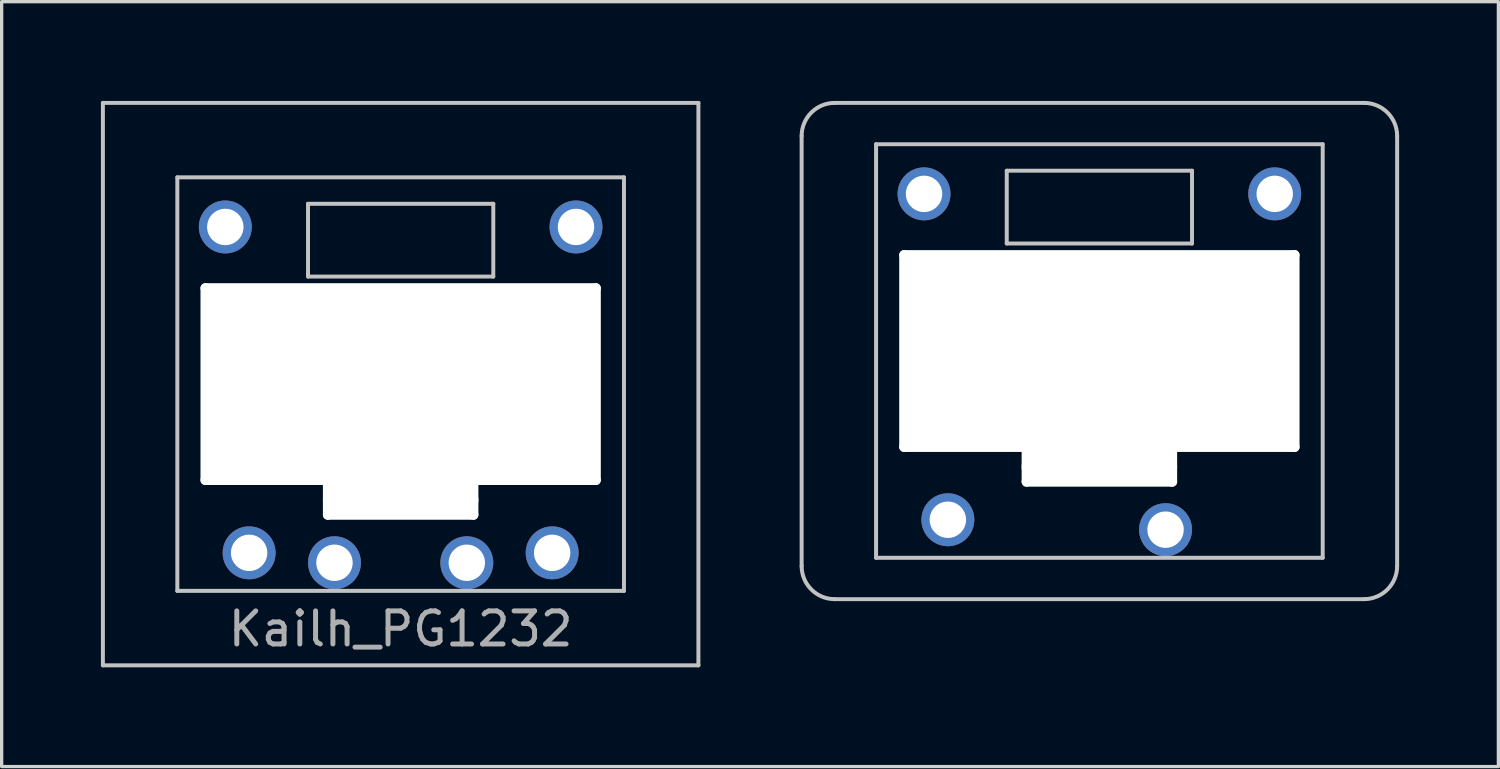
<source format=kicad_pcb>
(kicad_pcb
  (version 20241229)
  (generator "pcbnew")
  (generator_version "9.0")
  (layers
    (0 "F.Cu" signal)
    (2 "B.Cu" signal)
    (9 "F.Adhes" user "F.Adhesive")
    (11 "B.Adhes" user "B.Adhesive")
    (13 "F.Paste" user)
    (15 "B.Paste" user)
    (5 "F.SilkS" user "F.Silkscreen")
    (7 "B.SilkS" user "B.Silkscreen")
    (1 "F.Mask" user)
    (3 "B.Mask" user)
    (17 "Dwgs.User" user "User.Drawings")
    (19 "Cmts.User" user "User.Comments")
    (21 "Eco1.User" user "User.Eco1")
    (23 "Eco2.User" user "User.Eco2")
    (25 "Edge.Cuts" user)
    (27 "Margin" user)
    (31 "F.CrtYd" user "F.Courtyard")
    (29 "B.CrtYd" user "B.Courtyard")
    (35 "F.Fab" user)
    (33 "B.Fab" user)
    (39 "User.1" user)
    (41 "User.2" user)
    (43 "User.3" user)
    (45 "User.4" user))
  (footprint "Kailh_PG1232"
    (layer "F.Cu")
    (at 9.06 8.56)
    (property "Reference" "Kailh_PG1232" (at 0 7.4 0) (layer "F.Fab") (effects (font (size 1 1) (thickness 0.15))))
    (attr through_hole)
    (fp_line (start -9 -8.5) (end -9 8.5) (stroke (width 0.12) (type solid)) (layer "Dwgs.User"))
    (fp_line (start -9 8.5) (end 9 8.5) (stroke (width 0.12) (type solid)) (layer "Dwgs.User"))
    (fp_line (start -6.75 -6.25) (end 6.75 -6.25) (stroke (width 0.12) (type solid)) (layer "Dwgs.User"))
    (fp_line (start -6.75 6.25) (end -6.75 -6.25) (stroke (width 0.12) (type solid)) (layer "Dwgs.User"))
    (fp_line (start -5.95 -2.95) (end 5.95 -2.95) (stroke (width 0.12) (type solid)) (layer "Dwgs.User"))
    (fp_line (start -5.95 2.95) (end -5.95 -2.95) (stroke (width 0.12) (type solid)) (layer "Dwgs.User"))
    (fp_line (start -2.8 -5.45) (end 2.8 -5.45) (stroke (width 0.12) (type solid)) (layer "Dwgs.User"))
    (fp_line (start -2.8 -3.25) (end -2.8 -5.45) (stroke (width 0.12) (type solid)) (layer "Dwgs.User"))
    (fp_line (start -2.25 2.95) (end -5.95 2.95) (stroke (width 0.12) (type solid)) (layer "Dwgs.User"))
    (fp_line (start -2.25 2.95) (end -2.25 4) (stroke (width 0.12) (type solid)) (layer "Dwgs.User"))
    (fp_line (start -2.25 4) (end 2.25 4) (stroke (width 0.12) (type solid)) (layer "Dwgs.User"))
    (fp_line (start 2.25 2.95) (end 5.95 2.95) (stroke (width 0.12) (type solid)) (layer "Dwgs.User"))
    (fp_line (start 2.25 4) (end 2.25 2.95) (stroke (width 0.12) (type solid)) (layer "Dwgs.User"))
    (fp_line (start 2.8 -5.45) (end 2.8 -3.25) (stroke (width 0.12) (type solid)) (layer "Dwgs.User"))
    (fp_line (start 2.8 -3.25) (end -2.8 -3.25) (stroke (width 0.12) (type solid)) (layer "Dwgs.User"))
    (fp_line (start 5.95 -2.95) (end 5.95 2.95) (stroke (width 0.12) (type solid)) (layer "Dwgs.User"))
    (fp_line (start 6.75 -6.25) (end 6.75 6.25) (stroke (width 0.12) (type solid)) (layer "Dwgs.User"))
    (fp_line (start 6.75 6.25) (end -6.75 6.25) (stroke (width 0.12) (type solid)) (layer "Dwgs.User"))
    (fp_line (start 9 -8.5) (end -9 -8.5) (stroke (width 0.12) (type solid)) (layer "Dwgs.User"))
    (fp_line (start 9 8.5) (end 9 -8.5) (stroke (width 0.12) (type solid)) (layer "Dwgs.User"))
    (pad "" np_thru_hole oval (at -5.9 0 90) (size 6.1 0.3) (drill oval 6.1 0.3) (layers "*.Cu" "*.Mask"))
    (pad "" np_thru_hole oval (at -5.36 0) (size 1 5.9) (drill oval 1 5.9) (layers "*.Cu" "*.Mask"))
    (pad "" np_thru_hole oval (at -4.59 0) (size 1 5.9) (drill oval 1 5.9) (layers "*.Cu" "*.Mask"))
    (pad "" np_thru_hole oval (at -4.2 0) (size 1 5.9) (drill oval 1 5.9) (layers "*.Cu" "*.Mask"))
    (pad "" np_thru_hole oval (at -2.2 3.5 90) (size 1.2 0.3) (drill oval 1.2 0.3) (layers "*.Cu" "*.Mask"))
    (pad "" np_thru_hole oval (at 0 -2.9) (size 12.1 0.3) (drill oval 12.1 0.3) (layers "*.Cu" "*.Mask"))
    (pad "" np_thru_hole oval (at 0 0) (size 11.85 5.9) (drill oval 11.85 5.9) (layers "*.Cu" "*.Mask"))
    (pad "" np_thru_hole oval (at 0 2.9) (size 12.1 0.3) (drill oval 12.1 0.3) (layers "*.Cu" "*.Mask"))
    (pad "" np_thru_hole oval (at 0 3.5) (size 4.7 1) (drill oval 4.7 1) (layers "*.Cu" "*.Mask"))
    (pad "" np_thru_hole oval (at 0 3.95) (size 4.7 0.3) (drill oval 4.7 0.3) (layers "*.Cu" "*.Mask"))
    (pad "" np_thru_hole oval (at 2.2 3.5 90) (size 1.2 0.3) (drill oval 1.2 0.3) (layers "*.Cu" "*.Mask"))
    (pad "" np_thru_hole oval (at 4.2 0) (size 1 5.9) (drill oval 1 5.9) (layers "*.Cu" "*.Mask"))
    (pad "" np_thru_hole oval (at 4.59 0) (size 1 5.9) (drill oval 1 5.9) (layers "*.Cu" "*.Mask"))
    (pad "" np_thru_hole oval (at 5.36 0) (size 1 5.9) (drill oval 1 5.9) (layers "*.Cu" "*.Mask"))
    (pad "" np_thru_hole oval (at 5.9 0 90) (size 6.1 0.3) (drill oval 6.1 0.3) (layers "*.Cu" "*.Mask"))
    (pad "1" thru_hole circle (at -4.58 5.1) (size 1.6 1.6) (drill 1.1) (layers "*.Cu" "B.Mask"))
    (pad "1" thru_hole circle (at 4.58 5.1) (size 1.6 1.6) (drill 1.1) (layers "*.Cu" "F.Mask"))
    (pad "2" thru_hole circle (at -2 5.4) (size 1.6 1.6) (drill 1.1) (layers "*.Cu" "F.Mask"))
    (pad "2" thru_hole circle (at 2 5.4) (size 1.6 1.6) (drill 1.1) (layers "*.Cu" "B.Mask"))
    (pad "3" thru_hole circle (at 5.3 -4.75) (size 1.6 1.6) (drill 1.1) (layers "*.Cu" "*.Mask"))
    (pad "4" thru_hole circle (at -5.3 -4.75) (size 1.6 1.6) (drill 1.1) (layers "*.Cu" "*.Mask")))
  (footprint "pg1232-short"
    (layer "F.Cu")
    (at 30.18 7.56)
    (property "Reference" "pg1232-short" (at 0 0 0) (layer "F.Fab") (effects (font (size 1 1) (thickness 0.15))))
    (attr through_hole)
    (fp_line (start -9 -6.5) (end -9 6.5) (stroke (width 0.12) (type solid)) (layer "Dwgs.User"))
    (fp_line (start -8 7.5) (end 8 7.5) (stroke (width 0.12) (type solid)) (layer "Dwgs.User"))
    (fp_line (start -6.75 -6.25) (end 6.75 -6.25) (stroke (width 0.12) (type solid)) (layer "Dwgs.User"))
    (fp_line (start -6.75 6.25) (end -6.75 -6.25) (stroke (width 0.12) (type solid)) (layer "Dwgs.User"))
    (fp_line (start -5.95 -2.95) (end 5.95 -2.95) (stroke (width 0.12) (type solid)) (layer "Dwgs.User"))
    (fp_line (start -5.95 2.95) (end -5.95 -2.95) (stroke (width 0.12) (type solid)) (layer "Dwgs.User"))
    (fp_line (start -2.8 -5.45) (end 2.8 -5.45) (stroke (width 0.12) (type solid)) (layer "Dwgs.User"))
    (fp_line (start -2.8 -3.25) (end -2.8 -5.45) (stroke (width 0.12) (type solid)) (layer "Dwgs.User"))
    (fp_line (start -2.25 2.95) (end -5.95 2.95) (stroke (width 0.12) (type solid)) (layer "Dwgs.User"))
    (fp_line (start -2.25 2.95) (end -2.25 4) (stroke (width 0.12) (type solid)) (layer "Dwgs.User"))
    (fp_line (start -2.25 4) (end 2.25 4) (stroke (width 0.12) (type solid)) (layer "Dwgs.User"))
    (fp_line (start 2.25 2.95) (end 5.95 2.95) (stroke (width 0.12) (type solid)) (layer "Dwgs.User"))
    (fp_line (start 2.25 4) (end 2.25 2.95) (stroke (width 0.12) (type solid)) (layer "Dwgs.User"))
    (fp_line (start 2.8 -5.45) (end 2.8 -3.25) (stroke (width 0.12) (type solid)) (layer "Dwgs.User"))
    (fp_line (start 2.8 -3.25) (end -2.8 -3.25) (stroke (width 0.12) (type solid)) (layer "Dwgs.User"))
    (fp_line (start 5.95 -2.95) (end 5.95 2.95) (stroke (width 0.12) (type solid)) (layer "Dwgs.User"))
    (fp_line (start 6.75 -6.25) (end 6.75 6.25) (stroke (width 0.12) (type solid)) (layer "Dwgs.User"))
    (fp_line (start 6.75 6.25) (end -6.75 6.25) (stroke (width 0.12) (type solid)) (layer "Dwgs.User"))
    (fp_line (start 8 -7.5) (end -8 -7.5) (stroke (width 0.12) (type solid)) (layer "Dwgs.User"))
    (fp_line (start 9 6.5) (end 9 -6.5) (stroke (width 0.12) (type solid)) (layer "Dwgs.User"))
    (fp_arc (start -9 -6.5) (mid -8.707107 -7.207107) (end -8 -7.5) (stroke (width 0.12) (type solid)) (layer "Dwgs.User"))
    (fp_arc (start -8 7.5) (mid -8.707107 7.207107) (end -9 6.5) (stroke (width 0.12) (type solid)) (layer "Dwgs.User"))
    (fp_arc (start 8 -7.5) (mid 8.707107 -7.207107) (end 9 -6.5) (stroke (width 0.12) (type solid)) (layer "Dwgs.User"))
    (fp_arc (start 9 6.5) (mid 8.707107 7.207107) (end 8 7.5) (stroke (width 0.12) (type solid)) (layer "Dwgs.User"))
    (pad "" np_thru_hole oval (at -5.9 0 90) (size 6.1 0.3) (drill oval 6.1 0.3) (layers "*.Cu" "*.Mask"))
    (pad "" np_thru_hole oval (at -5.36 0) (size 1 5.9) (drill oval 1 5.9) (layers "*.Cu" "*.Mask"))
    (pad "" np_thru_hole oval (at -4.59 0) (size 1 5.9) (drill oval 1 5.9) (layers "*.Cu" "*.Mask"))
    (pad "" np_thru_hole oval (at -4.2 0) (size 1 5.9) (drill oval 1 5.9) (layers "*.Cu" "*.Mask"))
    (pad "" np_thru_hole oval (at -2.2 3.5 90) (size 1.2 0.3) (drill oval 1.2 0.3) (layers "*.Cu" "*.Mask"))
    (pad "" np_thru_hole oval (at 0 -2.9) (size 12.1 0.3) (drill oval 12.1 0.3) (layers "*.Cu" "*.Mask"))
    (pad "" np_thru_hole oval (at 0 0) (size 11.85 5.9) (drill oval 11.85 5.9) (layers "*.Cu" "*.Mask"))
    (pad "" np_thru_hole oval (at 0 2.9) (size 12.1 0.3) (drill oval 12.1 0.3) (layers "*.Cu" "*.Mask"))
    (pad "" np_thru_hole oval (at 0 3.5) (size 4.7 1) (drill oval 4.7 1) (layers "*.Cu" "*.Mask"))
    (pad "" np_thru_hole oval (at 0 3.95) (size 4.7 0.3) (drill oval 4.7 0.3) (layers "*.Cu" "*.Mask"))
    (pad "" np_thru_hole oval (at 2.2 3.5 90) (size 1.2 0.3) (drill oval 1.2 0.3) (layers "*.Cu" "*.Mask"))
    (pad "" np_thru_hole oval (at 4.2 0) (size 1 5.9) (drill oval 1 5.9) (layers "*.Cu" "*.Mask"))
    (pad "" np_thru_hole oval (at 4.59 0) (size 1 5.9) (drill oval 1 5.9) (layers "*.Cu" "*.Mask"))
    (pad "" np_thru_hole oval (at 5.36 0) (size 1 5.9) (drill oval 1 5.9) (layers "*.Cu" "*.Mask"))
    (pad "" np_thru_hole oval (at 5.9 0 90) (size 6.1 0.3) (drill oval 6.1 0.3) (layers "*.Cu" "*.Mask"))
    (pad "1" thru_hole circle (at -4.58 5.1) (size 1.6 1.6) (drill 1.1) (layers "*.Cu" "B.Mask"))
    (pad "2" thru_hole circle (at 2 5.4) (size 1.6 1.6) (drill 1.1) (layers "*.Cu" "B.Mask"))
    (pad "3" thru_hole circle (at 5.3 -4.75) (size 1.6 1.6) (drill 1.1) (layers "*.Cu" "*.Mask"))
    (pad "4" thru_hole circle (at -5.3 -4.75) (size 1.6 1.6) (drill 1.1) (layers "*.Cu" "*.Mask")))
  (gr_rect
    (start -3 -3)
    (end 42.24 20.12)
    (stroke (width 0.1) (type default))
    (fill no)
    (layer "Edge.Cuts")))
</source>
